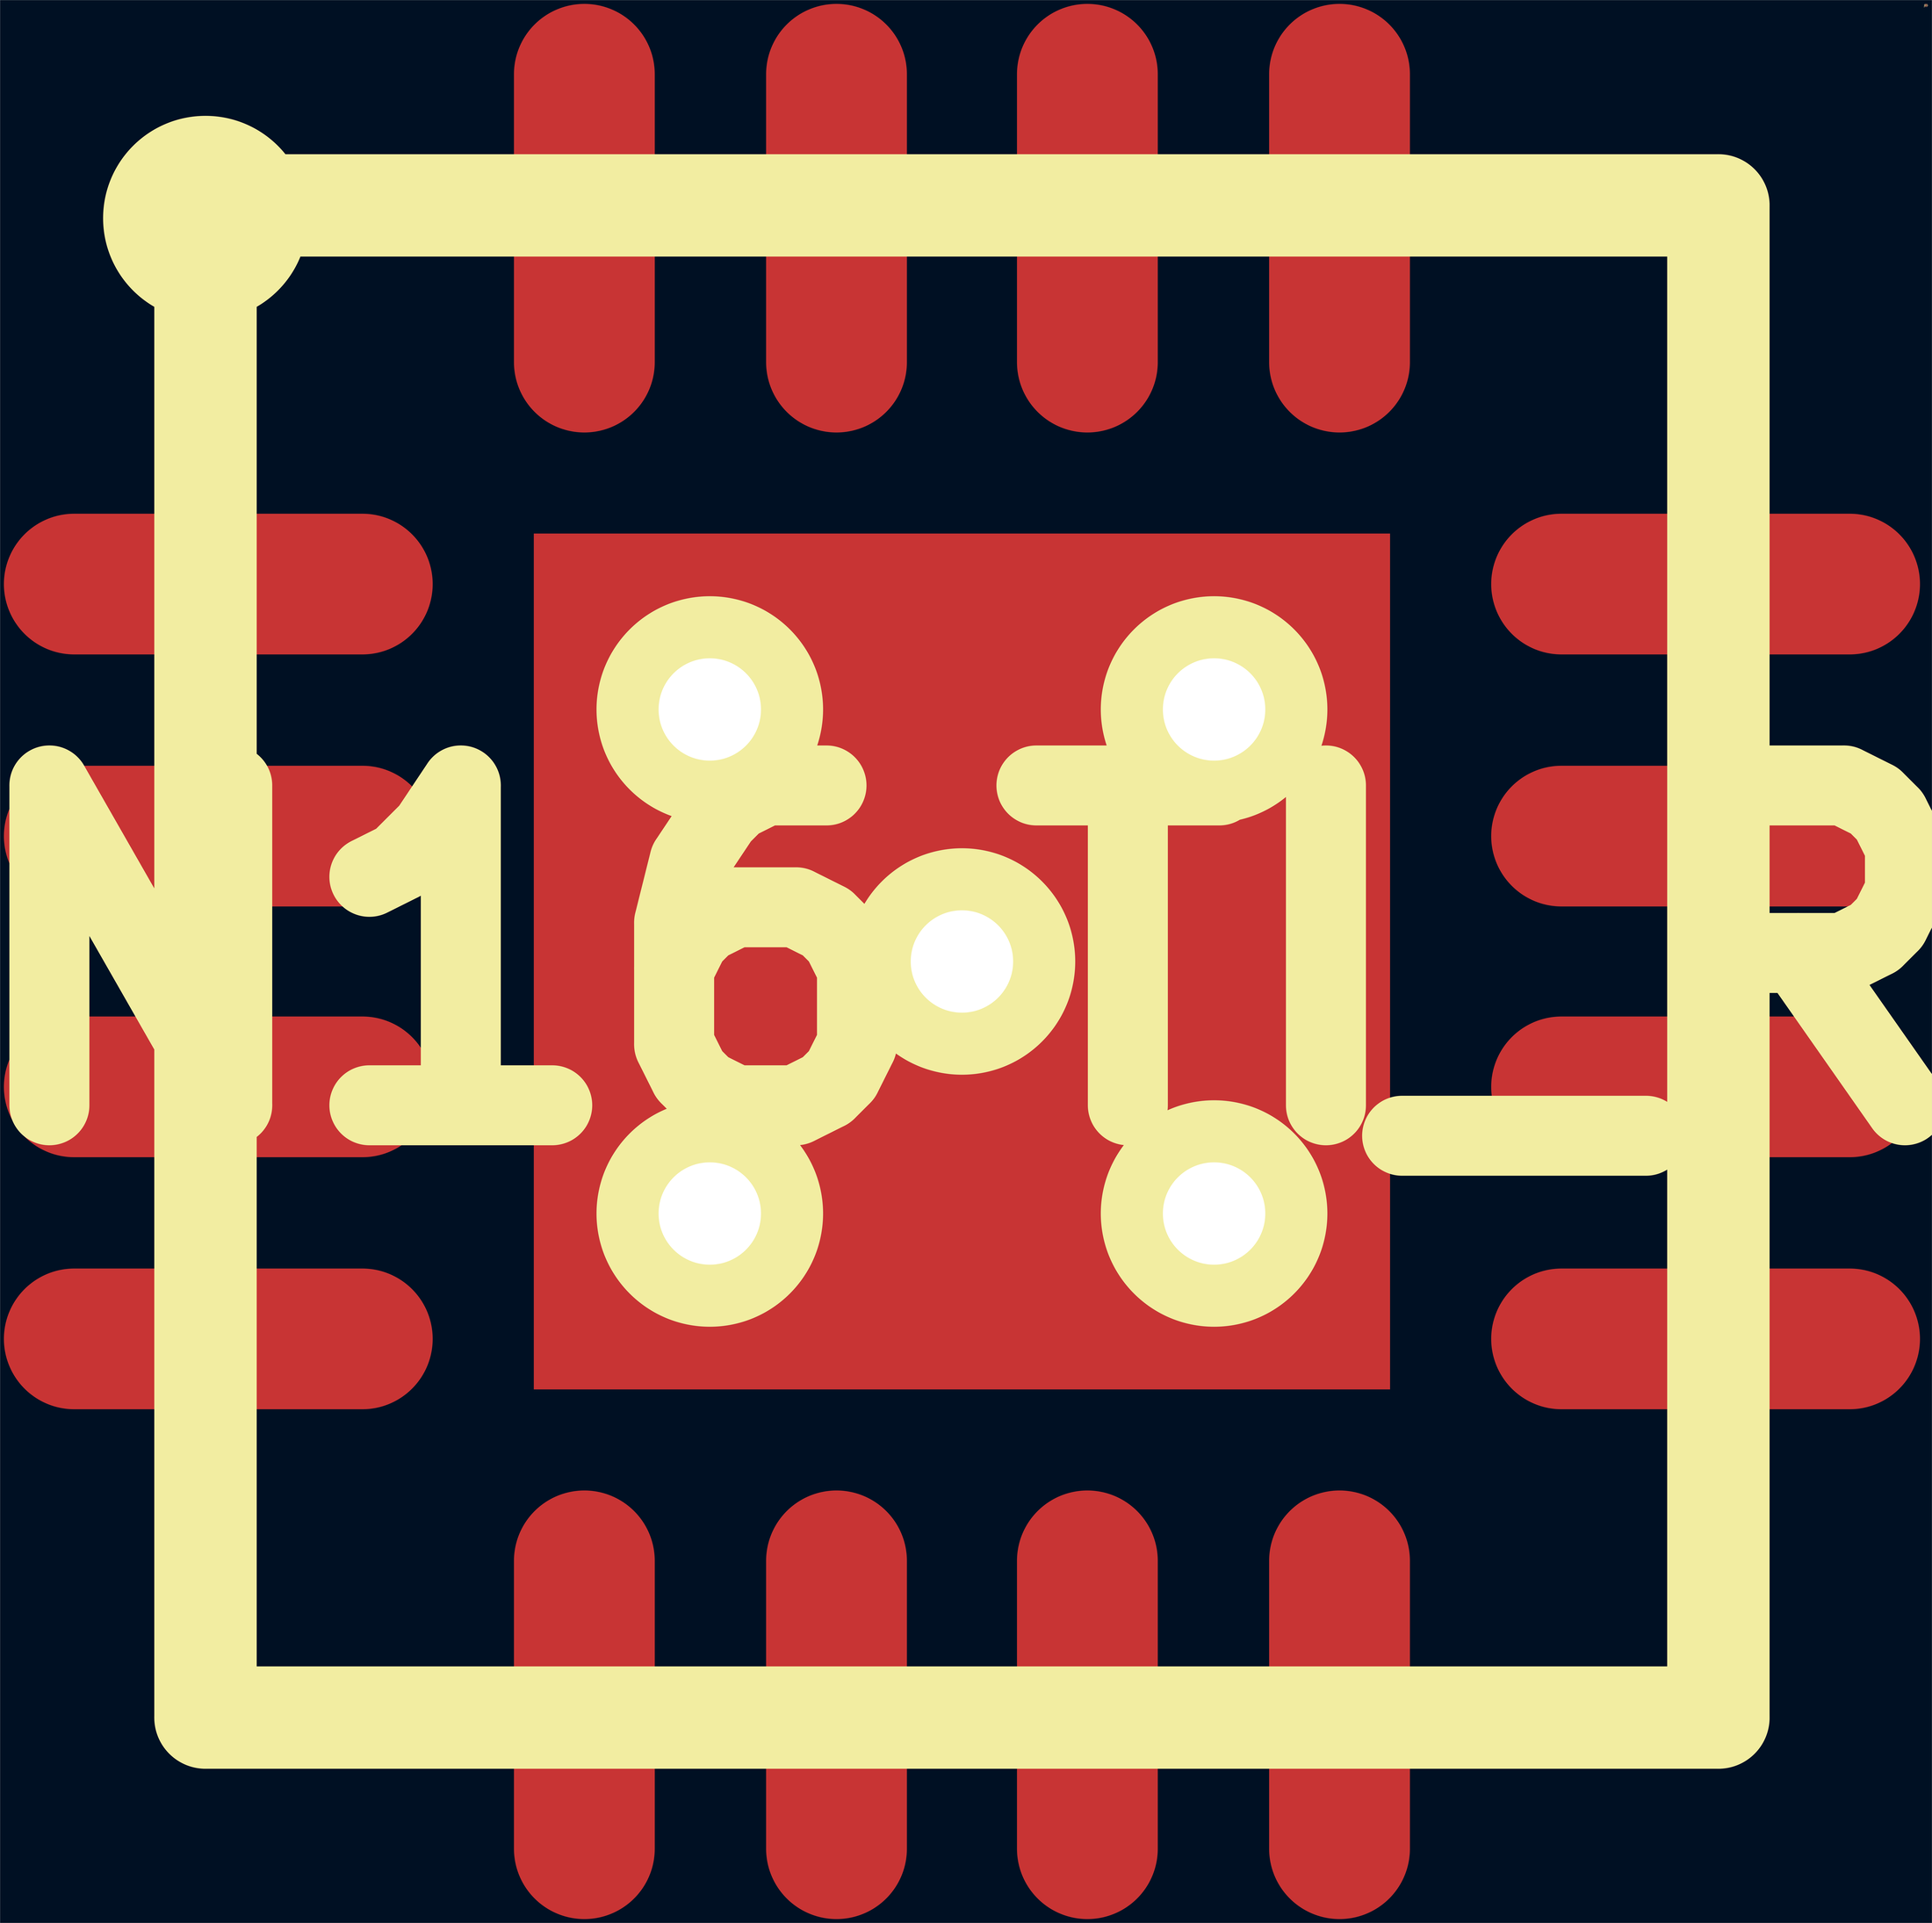
<source format=kicad_pcb>
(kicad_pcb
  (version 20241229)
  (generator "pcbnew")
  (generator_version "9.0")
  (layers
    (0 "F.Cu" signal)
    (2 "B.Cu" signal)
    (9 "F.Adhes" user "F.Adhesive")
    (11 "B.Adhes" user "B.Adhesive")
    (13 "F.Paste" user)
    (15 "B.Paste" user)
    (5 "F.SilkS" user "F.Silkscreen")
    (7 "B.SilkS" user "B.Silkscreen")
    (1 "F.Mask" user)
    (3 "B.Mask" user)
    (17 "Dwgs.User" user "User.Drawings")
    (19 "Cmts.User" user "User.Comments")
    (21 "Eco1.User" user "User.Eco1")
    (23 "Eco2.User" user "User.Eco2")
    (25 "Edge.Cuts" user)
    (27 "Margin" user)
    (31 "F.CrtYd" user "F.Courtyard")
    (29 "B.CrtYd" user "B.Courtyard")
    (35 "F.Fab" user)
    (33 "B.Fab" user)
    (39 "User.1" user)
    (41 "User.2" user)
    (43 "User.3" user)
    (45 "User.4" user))
  (footprint "TI_RTE_S-PWQFN-N16"
    (layer "F.Cu")
    (at 748.5 748.5)
    (property "Reference" "TI_RTE_S-PWQFN-N16" (at 0 0 0) (layer "F.SilkS") (effects (font (size 250 250) (thickness 120))))
    (attr through_hole)
    (fp_line (start -591 -591) (end 591 -591) (stroke (width 80) (type solid)) (layer "F.SilkS"))
    (fp_line (start -591 591) (end -591 -591) (stroke (width 80) (type solid)) (layer "F.SilkS"))
    (fp_line (start 591 -591) (end 591 591) (stroke (width 80) (type solid)) (layer "F.SilkS"))
    (fp_line (start 591 591) (end -591 591) (stroke (width 80) (type solid)) (layer "F.SilkS"))
    (fp_circle (center -591 -581) (end -551 -581) (stroke (width 80) (type solid)) (fill no) (layer "F.SilkS"))
    (pad "1" smd oval (at -581 -295) (size 335 110) (layers "F.Cu" "F.Mask" "F.Paste"))
    (pad "2" smd oval (at -581 -98) (size 335 110) (layers "F.Cu" "F.Mask" "F.Paste"))
    (pad "3" smd oval (at -581 98) (size 335 110) (layers "F.Cu" "F.Mask" "F.Paste"))
    (pad "4" smd oval (at -581 295) (size 335 110) (layers "F.Cu" "F.Mask" "F.Paste"))
    (pad "5" smd oval (at -295 581 90) (size 335 110) (layers "F.Cu" "F.Mask" "F.Paste"))
    (pad "6" smd oval (at -98 581 90) (size 335 110) (layers "F.Cu" "F.Mask" "F.Paste"))
    (pad "7" smd oval (at 98 581 90) (size 335 110) (layers "F.Cu" "F.Mask" "F.Paste"))
    (pad "8" smd oval (at 295 581 90) (size 335 110) (layers "F.Cu" "F.Mask" "F.Paste"))
    (pad "9" smd oval (at 581 295 180) (size 335 110) (layers "F.Cu" "F.Mask" "F.Paste"))
    (pad "10" smd oval (at 581 98 180) (size 335 110) (layers "F.Cu" "F.Mask" "F.Paste"))
    (pad "11" smd oval (at 581 -98 180) (size 335 110) (layers "F.Cu" "F.Mask" "F.Paste"))
    (pad "12" smd oval (at 581 -295 180) (size 335 110) (layers "F.Cu" "F.Mask" "F.Paste"))
    (pad "13" smd oval (at 295 -581 270) (size 335 110) (layers "F.Cu" "F.Mask" "F.Paste"))
    (pad "14" smd oval (at 98 -581 270) (size 335 110) (layers "F.Cu" "F.Mask" "F.Paste"))
    (pad "15" smd oval (at -98 -581 270) (size 335 110) (layers "F.Cu" "F.Mask" "F.Paste"))
    (pad "16" smd oval (at -295 -581 270) (size 335 110) (layers "F.Cu" "F.Mask" "F.Paste"))
    (pad "17" thru_hole circle (at -197 -197) (size 177 177) (drill 80) (layers "*.Cu" "*.Mask" "F.SilkS"))
    (pad "17" thru_hole circle (at -197 197) (size 177 177) (drill 80) (layers "*.Cu" "*.Mask" "F.SilkS"))
    (pad "17" thru_hole circle (at 0 0) (size 177 177) (drill 80) (layers "*.Cu" "*.Mask" "F.SilkS"))
    (pad "17" smd rect (at 0 0) (size 669 669) (layers "F.Cu" "F.Mask" "F.Paste"))
    (pad "17" thru_hole circle (at 197 -197) (size 177 177) (drill 80) (layers "*.Cu" "*.Mask" "F.SilkS"))
    (pad "17" thru_hole circle (at 197 197) (size 177 177) (drill 80) (layers "*.Cu" "*.Mask" "F.SilkS")))
  (footprint "ULMP-6"
    (layer "F.Cu")
    (at 1501.685 1.15)
    (property "Reference" "ULMP-6" (at 0 0 0) (layer "F.SilkS") (effects (font (size 0.8 0.5) (thickness 0.125))))
    (attr through_hole)
    (fp_line (start -1 -1) (end -1 1) (stroke (width 0.15) (type solid)) (layer "F.SilkS"))
    (fp_line (start -1 1) (end 1 1) (stroke (width 0.15) (type solid)) (layer "F.SilkS"))
    (fp_line (start 1 -1) (end -1 -1) (stroke (width 0.15) (type solid)) (layer "F.SilkS"))
    (fp_line (start 1 1) (end 1 -1) (stroke (width 0.15) (type solid)) (layer "F.SilkS"))
    (fp_circle (center -1.4 1.2) (end -1.2 1.2) (stroke (width 0.15) (type solid)) (fill no) (layer "F.SilkS"))
    (pad "0" smd rect (at 0 0) (size 1.45 0.8) (layers "F.Cu" "F.Mask" "F.Paste"))
    (pad "1" smd rect (at -0.65 0.9) (size 0.35 0.5) (layers "F.Cu" "F.Mask" "F.Paste"))
    (pad "2" smd rect (at 0 0.9) (size 0.35 0.5) (layers "F.Cu" "F.Mask" "F.Paste"))
    (pad "3" smd rect (at 0.65 0.9) (size 0.35 0.5) (layers "F.Cu" "F.Mask" "F.Paste"))
    (pad "4" smd rect (at 0.65 -0.9) (size 0.35 0.5) (layers "F.Cu" "F.Mask" "F.Paste"))
    (pad "5" smd rect (at 0 -0.9) (size 0.35 0.5) (layers "F.Cu" "F.Mask" "F.Paste"))
    (pad "6" smd rect (at -0.65 -0.9) (size 0.35 0.5) (layers "F.Cu" "F.Mask" "F.Paste")))
  (gr_rect
    (start -3 -3)
    (end 1506.37 1500)
    (stroke (width 0.1) (type default))
    (fill no)
    (layer "Edge.Cuts")))
</source>
